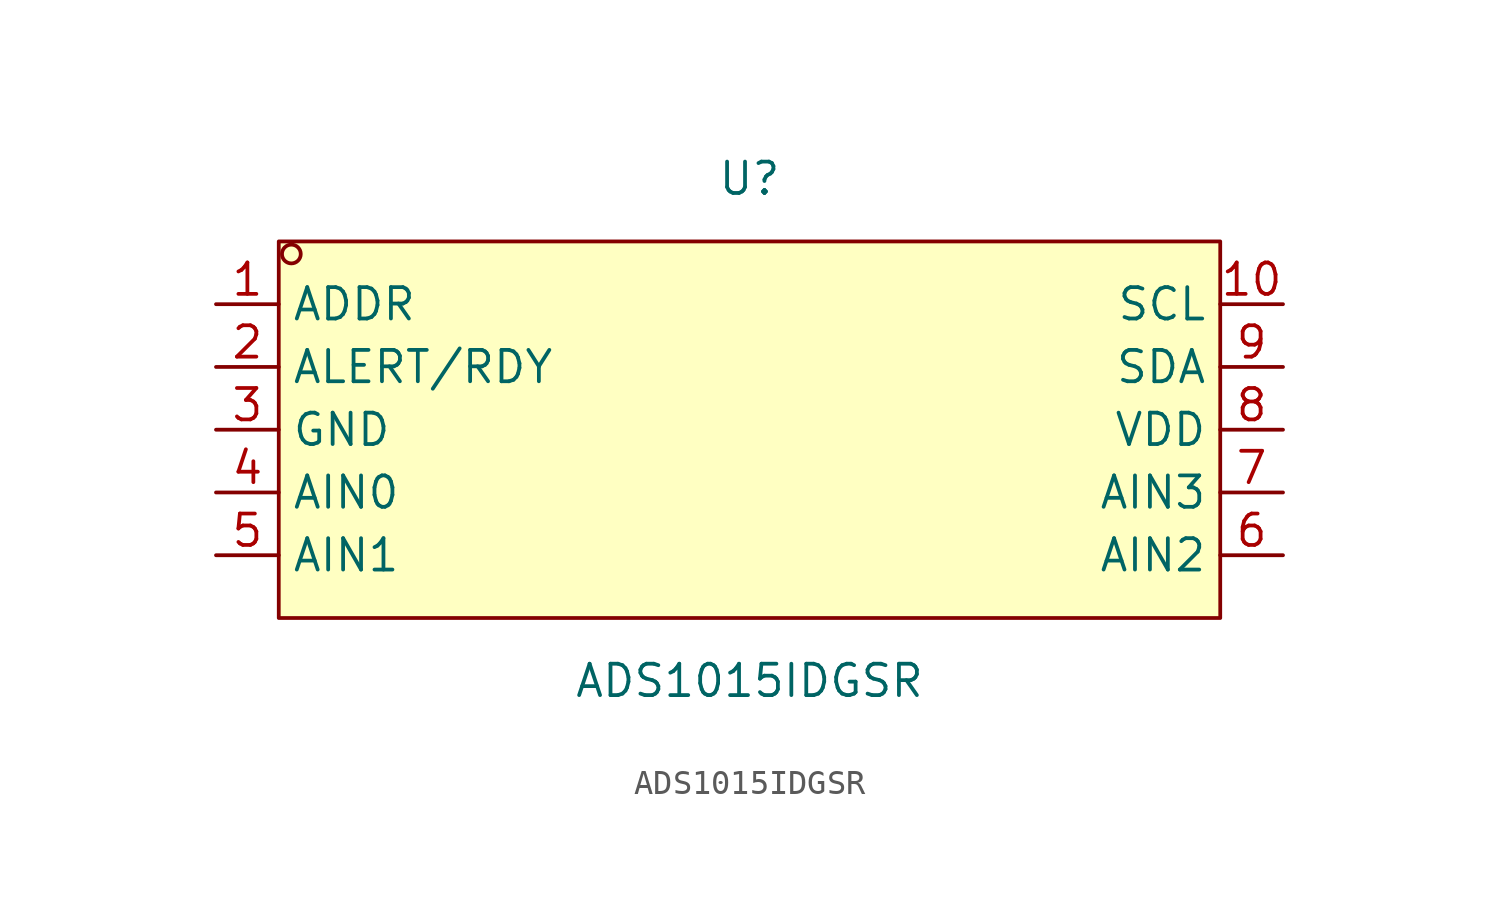
<source format=kicad_sym>
(kicad_symbol_lib
  (version 20211014)
  (generator https://github.com/uPesy/easyeda2kicad.py)
  (symbol "ADS1015IDGSR"
    (property "Reference" "U"
      (at 0 10.16 0)
      (effects (font (size 1.27 1.27))))
    (property "Value" "ADS1015IDGSR"
      (at 0 -10.16 0)
      (effects (font (size 1.27 1.27))))
    (symbol "ADS1015IDGSR_0_1"
      (rectangle (start -19.05 7.62) (end 19.05 -7.62) (stroke (width 0) (type default) (color 0 0 0 0)) (fill (type background)))
      (circle (center -18.54 7.11) (radius 0.38) (stroke (width 0) (type default) (color 0 0 0 0)) (fill (type none)))
      (pin unspecified line (at -21.59 5.08 0) (length 2.54) (name "ADDR" (effects (font (size 1.27 1.27)))) (number "1" (effects (font (size 1.27 1.27)))))
      (pin unspecified line (at -21.59 2.54 0) (length 2.54) (name "ALERT/RDY" (effects (font (size 1.27 1.27)))) (number "2" (effects (font (size 1.27 1.27)))))
      (pin unspecified line (at -21.59 -0.00 0) (length 2.54) (name "GND" (effects (font (size 1.27 1.27)))) (number "3" (effects (font (size 1.27 1.27)))))
      (pin unspecified line (at -21.59 -2.54 0) (length 2.54) (name "AIN0" (effects (font (size 1.27 1.27)))) (number "4" (effects (font (size 1.27 1.27)))))
      (pin unspecified line (at -21.59 -5.08 0) (length 2.54) (name "AIN1" (effects (font (size 1.27 1.27)))) (number "5" (effects (font (size 1.27 1.27)))))
      (pin unspecified line (at 21.59 -5.08 180) (length 2.54) (name "AIN2" (effects (font (size 1.27 1.27)))) (number "6" (effects (font (size 1.27 1.27)))))
      (pin unspecified line (at 21.59 -2.54 180) (length 2.54) (name "AIN3" (effects (font (size 1.27 1.27)))) (number "7" (effects (font (size 1.27 1.27)))))
      (pin unspecified line (at 21.59 -0.00 180) (length 2.54) (name "VDD" (effects (font (size 1.27 1.27)))) (number "8" (effects (font (size 1.27 1.27)))))
      (pin unspecified line (at 21.59 2.54 180) (length 2.54) (name "SDA" (effects (font (size 1.27 1.27)))) (number "9" (effects (font (size 1.27 1.27)))))
      (pin unspecified line (at 21.59 5.08 180) (length 2.54) (name "SCL" (effects (font (size 1.27 1.27)))) (number "10" (effects (font (size 1.27 1.27))))))))
</source>
